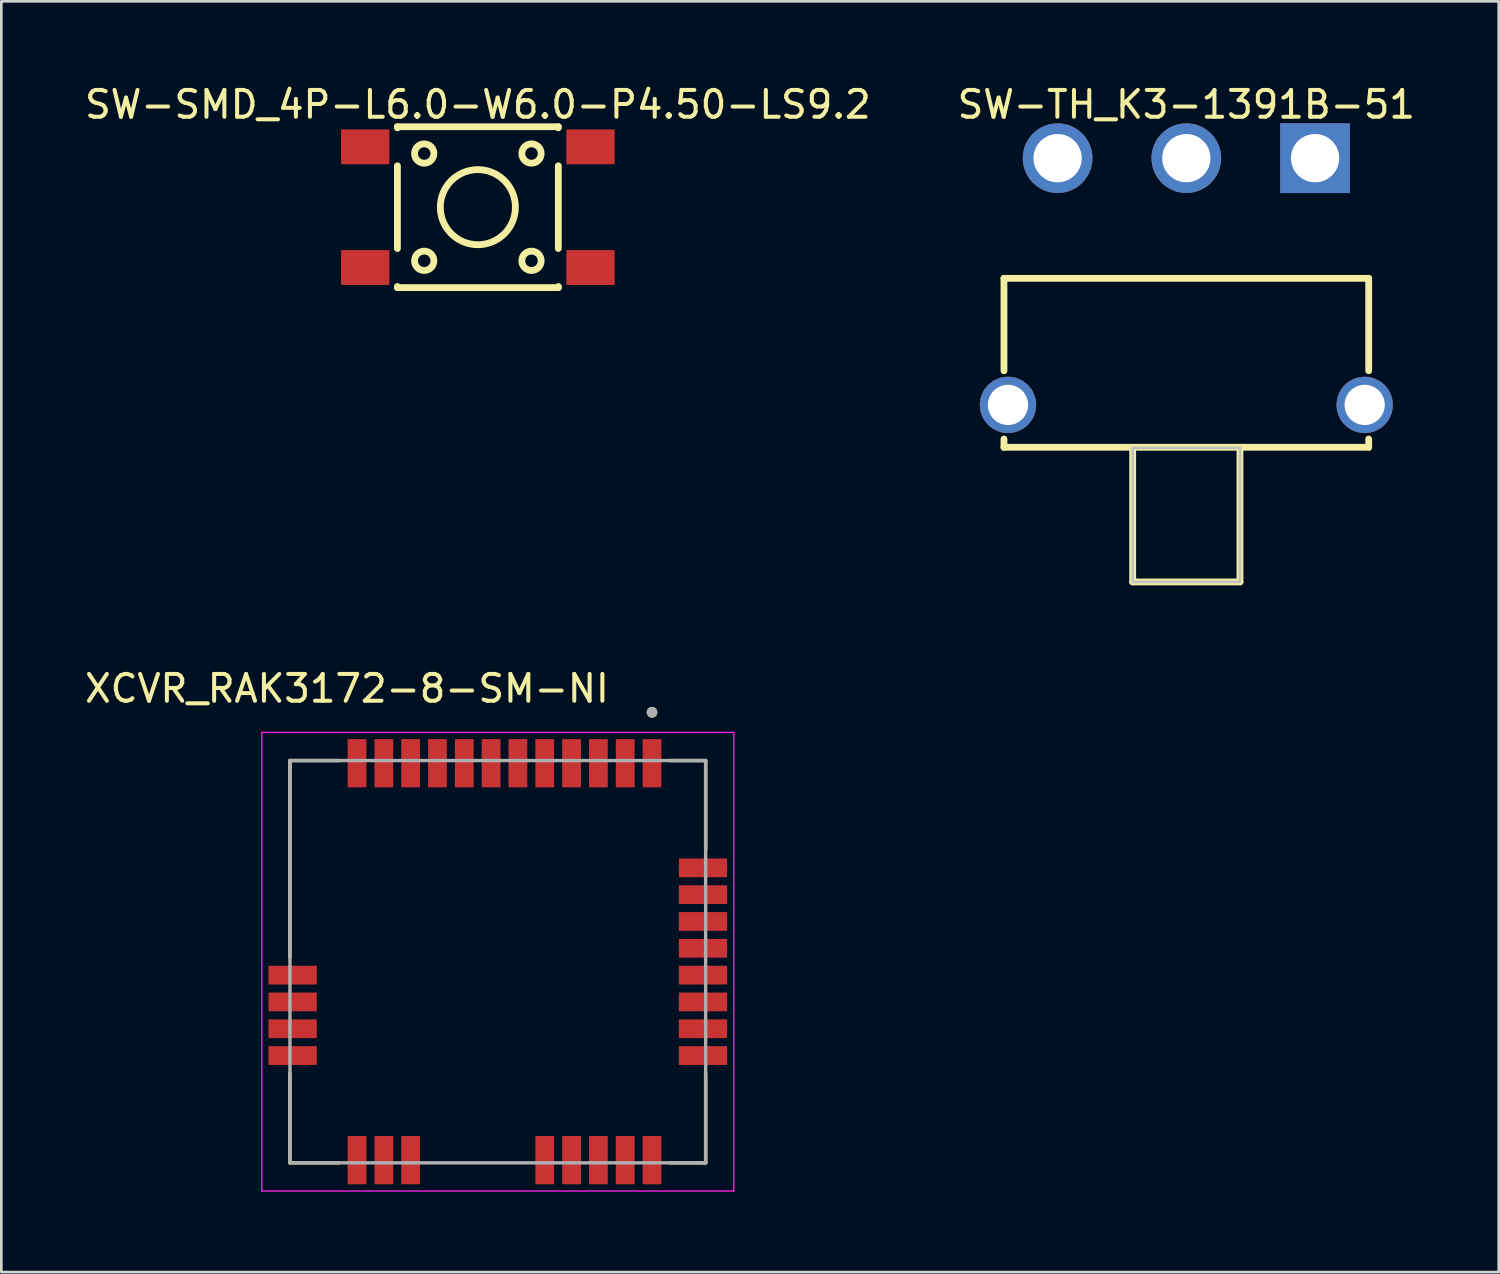
<source format=kicad_pcb>
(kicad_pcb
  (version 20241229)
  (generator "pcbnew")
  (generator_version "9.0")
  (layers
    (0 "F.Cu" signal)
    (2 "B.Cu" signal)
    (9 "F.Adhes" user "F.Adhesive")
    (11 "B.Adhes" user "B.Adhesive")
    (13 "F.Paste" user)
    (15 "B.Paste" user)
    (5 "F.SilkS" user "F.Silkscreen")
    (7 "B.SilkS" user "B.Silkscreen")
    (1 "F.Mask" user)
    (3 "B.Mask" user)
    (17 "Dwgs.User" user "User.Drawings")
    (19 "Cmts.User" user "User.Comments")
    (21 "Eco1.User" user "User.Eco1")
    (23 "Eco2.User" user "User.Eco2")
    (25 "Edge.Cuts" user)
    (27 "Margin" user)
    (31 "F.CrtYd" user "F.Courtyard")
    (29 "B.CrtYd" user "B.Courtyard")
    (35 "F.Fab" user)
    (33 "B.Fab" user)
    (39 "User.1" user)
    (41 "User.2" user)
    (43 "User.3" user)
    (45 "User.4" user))
  (footprint "XCVR_RAK3172-8-SM-NI"
    (layer "F.Cu")
    (at 15.512 32.809)
    (property "Reference" "XCVR_RAK3172-8-SM-NI" (at -5.625 -10.185 0) (layer "F.SilkS") (effects (font (size 1 1) (thickness 0.15))))
    (attr smd)
    (fp_line (start -7.75 -7.5) (end -5.92 -7.5) (stroke (width 0.127) (type solid)) (layer "F.SilkS"))
    (fp_line (start -7.75 -0.17) (end -7.75 -7.5) (stroke (width 0.127) (type solid)) (layer "F.SilkS"))
    (fp_line (start -7.75 7.5) (end -7.75 4.17) (stroke (width 0.127) (type solid)) (layer "F.SilkS"))
    (fp_line (start -5.92 7.5) (end -7.75 7.5) (stroke (width 0.127) (type solid)) (layer "F.SilkS"))
    (fp_line (start 6.42 -7.5) (end 7.75 -7.5) (stroke (width 0.127) (type solid)) (layer "F.SilkS"))
    (fp_line (start 7.75 -7.5) (end 7.75 -4.17) (stroke (width 0.127) (type solid)) (layer "F.SilkS"))
    (fp_line (start 7.75 7.5) (end 6.42 7.5) (stroke (width 0.127) (type solid)) (layer "F.SilkS"))
    (fp_line (start 7.75 7.5) (end 7.75 4.17) (stroke (width 0.127) (type solid)) (layer "F.SilkS"))
    (fp_circle (center 5.75 -9.3) (end 5.85 -9.3) (stroke (width 0.2) (type solid)) (fill no) (layer "F.SilkS"))
    (fp_line (start -8.8 -8.55) (end -8.8 8.55) (stroke (width 0.05) (type solid)) (layer "F.CrtYd"))
    (fp_line (start -8.8 8.55) (end 8.8 8.55) (stroke (width 0.05) (type solid)) (layer "F.CrtYd"))
    (fp_line (start 8.8 -8.55) (end -8.8 -8.55) (stroke (width 0.05) (type solid)) (layer "F.CrtYd"))
    (fp_line (start 8.8 8.55) (end 8.8 -8.55) (stroke (width 0.05) (type solid)) (layer "F.CrtYd"))
    (fp_line (start -7.75 -7.5) (end 7.75 -7.5) (stroke (width 0.127) (type solid)) (layer "F.Fab"))
    (fp_line (start -7.75 7.5) (end -7.75 -7.5) (stroke (width 0.127) (type solid)) (layer "F.Fab"))
    (fp_line (start 7.75 -7.5) (end 7.75 7.5) (stroke (width 0.127) (type solid)) (layer "F.Fab"))
    (fp_line (start 7.75 7.5) (end -7.75 7.5) (stroke (width 0.127) (type solid)) (layer "F.Fab"))
    (fp_circle (center 5.75 -9.3) (end 5.85 -9.3) (stroke (width 0.2) (type solid)) (fill no) (layer "F.Fab"))
    (pad "1" smd rect (at 5.75 -7.4) (size 0.7 1.8) (layers "F.Cu" "F.Mask" "F.Paste"))
    (pad "2" smd rect (at 4.75 -7.4) (size 0.7 1.8) (layers "F.Cu" "F.Mask" "F.Paste"))
    (pad "3" smd rect (at 3.75 -7.4) (size 0.7 1.8) (layers "F.Cu" "F.Mask" "F.Paste"))
    (pad "4" smd rect (at 2.75 -7.4) (size 0.7 1.8) (layers "F.Cu" "F.Mask" "F.Paste"))
    (pad "5" smd rect (at 1.75 -7.4) (size 0.7 1.8) (layers "F.Cu" "F.Mask" "F.Paste"))
    (pad "6" smd rect (at 0.75 -7.4) (size 0.7 1.8) (layers "F.Cu" "F.Mask" "F.Paste"))
    (pad "7" smd rect (at -0.25 -7.4) (size 0.7 1.8) (layers "F.Cu" "F.Mask" "F.Paste"))
    (pad "8" smd rect (at -1.25 -7.4) (size 0.7 1.8) (layers "F.Cu" "F.Mask" "F.Paste"))
    (pad "9" smd rect (at -2.25 -7.4) (size 0.7 1.8) (layers "F.Cu" "F.Mask" "F.Paste"))
    (pad "10" smd rect (at -3.25 -7.4) (size 0.7 1.8) (layers "F.Cu" "F.Mask" "F.Paste"))
    (pad "11" smd rect (at -4.25 -7.4) (size 0.7 1.8) (layers "F.Cu" "F.Mask" "F.Paste"))
    (pad "12" smd rect (at -5.25 -7.4) (size 0.7 1.8) (layers "F.Cu" "F.Mask" "F.Paste"))
    (pad "13" smd rect (at -7.65 0.5) (size 1.8 0.7) (layers "F.Cu" "F.Mask" "F.Paste"))
    (pad "14" smd rect (at -7.65 1.5) (size 1.8 0.7) (layers "F.Cu" "F.Mask" "F.Paste"))
    (pad "15" smd rect (at -7.65 2.5) (size 1.8 0.7) (layers "F.Cu" "F.Mask" "F.Paste"))
    (pad "16" smd rect (at -7.65 3.5) (size 1.8 0.7) (layers "F.Cu" "F.Mask" "F.Paste"))
    (pad "17" smd rect (at -5.25 7.4) (size 0.7 1.8) (layers "F.Cu" "F.Mask" "F.Paste"))
    (pad "18" smd rect (at -4.25 7.4) (size 0.7 1.8) (layers "F.Cu" "F.Mask" "F.Paste"))
    (pad "19" smd rect (at -3.25 7.4) (size 0.7 1.8) (layers "F.Cu" "F.Mask" "F.Paste"))
    (pad "20" smd rect (at 1.75 7.4) (size 0.7 1.8) (layers "F.Cu" "F.Mask" "F.Paste"))
    (pad "21" smd rect (at 2.75 7.4) (size 0.7 1.8) (layers "F.Cu" "F.Mask" "F.Paste"))
    (pad "22" smd rect (at 3.75 7.4) (size 0.7 1.8) (layers "F.Cu" "F.Mask" "F.Paste"))
    (pad "23" smd rect (at 4.75 7.4) (size 0.7 1.8) (layers "F.Cu" "F.Mask" "F.Paste"))
    (pad "24" smd rect (at 5.75 7.4) (size 0.7 1.8) (layers "F.Cu" "F.Mask" "F.Paste"))
    (pad "25" smd rect (at 7.65 3.5) (size 1.8 0.7) (layers "F.Cu" "F.Mask" "F.Paste"))
    (pad "26" smd rect (at 7.65 2.5) (size 1.8 0.7) (layers "F.Cu" "F.Mask" "F.Paste"))
    (pad "27" smd rect (at 7.65 1.5) (size 1.8 0.7) (layers "F.Cu" "F.Mask" "F.Paste"))
    (pad "28" smd rect (at 7.65 0.5) (size 1.8 0.7) (layers "F.Cu" "F.Mask" "F.Paste"))
    (pad "29" smd rect (at 7.65 -0.5) (size 1.8 0.7) (layers "F.Cu" "F.Mask" "F.Paste"))
    (pad "30" smd rect (at 7.65 -1.5) (size 1.8 0.7) (layers "F.Cu" "F.Mask" "F.Paste"))
    (pad "31" smd rect (at 7.65 -2.5) (size 1.8 0.7) (layers "F.Cu" "F.Mask" "F.Paste"))
    (pad "32" smd rect (at 7.65 -3.5) (size 1.8 0.7) (layers "F.Cu" "F.Mask" "F.Paste")))
  (footprint "SW-SMD_4P-L6.0-W6.0-P4.50-LS9.2"
    (layer "F.Cu")
    (at 14.768 4.675)
    (property "Reference" "SW-SMD_4P-L6.0-W6.0-P4.50-LS9.2" (at 0 -3.827 0) (layer "F.SilkS") (effects (font (size 1 1) (thickness 0.15))))
    (fp_line (start -3 -3) (end -3 -2.958) (stroke (width 0.254) (type default)) (layer "F.SilkS"))
    (fp_line (start -3 -3) (end 3 -3) (stroke (width 0.254) (type default)) (layer "F.SilkS"))
    (fp_line (start -3 -1.542) (end -3 1.542) (stroke (width 0.254) (type default)) (layer "F.SilkS"))
    (fp_line (start -3 2.958) (end -3 2.999) (stroke (width 0.254) (type default)) (layer "F.SilkS"))
    (fp_line (start 2.999 2.999) (end -2.999 2.999) (stroke (width 0.254) (type default)) (layer "F.SilkS"))
    (fp_line (start 3 -3) (end 3 -2.958) (stroke (width 0.254) (type default)) (layer "F.SilkS"))
    (fp_line (start 3 -1.542) (end 3 1.542) (stroke (width 0.254) (type default)) (layer "F.SilkS"))
    (fp_line (start 3 2.958) (end 3 2.999) (stroke (width 0.254) (type default)) (layer "F.SilkS"))
    (fp_circle (center -2 -2) (end -1.639 -2) (stroke (width 0.254) (type default)) (fill no) (layer "F.SilkS"))
    (fp_circle (center -2 2) (end -1.639 2) (stroke (width 0.254) (type default)) (fill no) (layer "F.SilkS"))
    (fp_circle (center 0 0) (end 1.4 0) (stroke (width 0.254) (type default)) (fill no) (layer "F.SilkS"))
    (fp_circle (center 2 -2) (end 2.361 -2) (stroke (width 0.254) (type default)) (fill no) (layer "F.SilkS"))
    (fp_circle (center 2 2) (end 2.361 2) (stroke (width 0.254) (type default)) (fill no) (layer "F.SilkS"))
    (fp_poly (pts (xy -4.6 -1.9) (xy -4.6 -2.6) (xy -4.1 -2.6) (xy -4.1 -1.9)) (stroke (width 0.1) (type default)) (fill no) (layer "User.1"))
    (fp_poly (pts (xy -4.6 2.6) (xy -4.6 1.9) (xy -4.1 1.9) (xy -4.1 2.6)) (stroke (width 0.1) (type default)) (fill no) (layer "User.1"))
    (fp_poly (pts (xy -4.11 -1.9) (xy -4.11 -2.6) (xy -2.99 -2.6) (xy -2.99 -1.9)) (stroke (width 0.1) (type default)) (fill no) (layer "User.1"))
    (fp_poly (pts (xy -4.11 2.6) (xy -4.11 1.9) (xy -2.99 1.9) (xy -2.99 2.6)) (stroke (width 0.1) (type default)) (fill no) (layer "User.1"))
    (fp_poly (pts (xy 2.99 -1.9) (xy 2.99 -2.6) (xy 4.11 -2.6) (xy 4.11 -1.9)) (stroke (width 0.1) (type default)) (fill no) (layer "User.1"))
    (fp_poly (pts (xy 2.99 2.6) (xy 2.99 1.9) (xy 4.11 1.9) (xy 4.11 2.6)) (stroke (width 0.1) (type default)) (fill no) (layer "User.1"))
    (fp_poly (pts (xy 4.1 -1.9) (xy 4.1 -2.6) (xy 4.6 -2.6) (xy 4.6 -1.9)) (stroke (width 0.1) (type default)) (fill no) (layer "User.1"))
    (fp_poly (pts (xy 4.1 2.6) (xy 4.1 1.9) (xy 4.6 1.9) (xy 4.6 2.6)) (stroke (width 0.1) (type default)) (fill no) (layer "User.1"))
    (fp_line (start -3 -3) (end 3 -3) (stroke (width 0.051) (type default)) (layer "User.2"))
    (fp_line (start -3 3) (end -3 -3) (stroke (width 0.051) (type default)) (layer "User.2"))
    (fp_line (start 3 -3) (end 3 3) (stroke (width 0.051) (type default)) (layer "User.2"))
    (fp_line (start 3 3) (end -3 3) (stroke (width 0.051) (type default)) (layer "User.2"))
    (fp_poly (pts (xy -4.54 -3) (xy -4.558 -3.042) (xy -4.6 -3.06) (xy -4.642 -3.042) (xy -4.66 -3) (xy -4.642 -2.958) (xy -4.6 -2.94) (xy -4.558 -2.958)) (stroke (width 0.1) (type default)) (fill no) (layer "User.3"))
    (pad "1" smd rect (at -4.2 -2.25) (size 1.8 1.3) (layers "F.Cu" "F.Mask" "F.Paste"))
    (pad "1" smd rect (at 4.2 -2.25) (size 1.8 1.3) (layers "F.Cu" "F.Mask" "F.Paste"))
    (pad "2" smd rect (at -4.2 2.25) (size 1.8 1.3) (layers "F.Cu" "F.Mask" "F.Paste"))
    (pad "2" smd rect (at 4.2 2.25) (size 1.8 1.3) (layers "F.Cu" "F.Mask" "F.Paste")))
  (footprint "SW-TH_K3-1391B-51"
    (layer "F.Cu")
    (at 41.185 7.448)
    (property "Reference" "SW-TH_K3-1391B-51" (at 0 -6.6 0) (layer "F.SilkS") (effects (font (size 1 1) (thickness 0.15))))
    (fp_line (start -6.8 3.328) (end -6.8 -0.12) (stroke (width 0.254) (type default)) (layer "F.SilkS"))
    (fp_line (start -6.8 6.18) (end -6.8 5.872) (stroke (width 0.254) (type default)) (layer "F.SilkS"))
    (fp_line (start -2 11.2) (end -2 6.18) (stroke (width 0.254) (type default)) (layer "F.SilkS"))
    (fp_line (start 2 11.2) (end -2 11.2) (stroke (width 0.254) (type default)) (layer "F.SilkS"))
    (fp_line (start 2 11.2) (end 2 6.2) (stroke (width 0.254) (type default)) (layer "F.SilkS"))
    (fp_line (start 6.8 -0.12) (end -6.8 -0.12) (stroke (width 0.254) (type default)) (layer "F.SilkS"))
    (fp_line (start 6.8 3.328) (end 6.8 -0.12) (stroke (width 0.254) (type default)) (layer "F.SilkS"))
    (fp_line (start 6.8 6.18) (end -6.8 6.18) (stroke (width 0.254) (type default)) (layer "F.SilkS"))
    (fp_line (start 6.8 6.18) (end 6.8 5.872) (stroke (width 0.254) (type default)) (layer "F.SilkS"))
    (fp_poly (pts (xy -2 11.2) (xy 2 11.2) (xy 2 6.2) (xy -2 6.2)) (stroke (width 0.1) (type default)) (fill no) (layer "Dwgs.User"))
    (fp_poly (pts (xy -6.55 5.225) (xy -6.75 5.225) (xy -6.75 3.975) (xy -6.55 3.975)) (stroke (width 0.1) (type default)) (fill no) (layer "User.1"))
    (fp_poly (pts (xy -5.2 -5.25) (xy -4.4 -5.25) (xy -4.4 -0.05) (xy -5.2 -0.05)) (stroke (width 0.1) (type default)) (fill no) (layer "User.1"))
    (fp_poly (pts (xy -4.4 -3.95) (xy -5.2 -3.95) (xy -5.2 -5.25) (xy -4.4 -5.25)) (stroke (width 0.1) (type default)) (fill no) (layer "User.1"))
    (fp_poly (pts (xy -0.4 -5.25) (xy 0.4 -5.25) (xy 0.4 -0.05) (xy -0.4 -0.05)) (stroke (width 0.1) (type default)) (fill no) (layer "User.1"))
    (fp_poly (pts (xy 0.4 -3.95) (xy -0.4 -3.95) (xy -0.4 -5.25) (xy 0.4 -5.25)) (stroke (width 0.1) (type default)) (fill no) (layer "User.1"))
    (fp_poly (pts (xy 4.4 -5.25) (xy 5.2 -5.25) (xy 5.2 -0.05) (xy 4.4 -0.05)) (stroke (width 0.1) (type default)) (fill no) (layer "User.1"))
    (fp_poly (pts (xy 5.2 -5.25) (xy 5.2 -3.95) (xy 4.4 -3.95) (xy 4.4 -5.25)) (stroke (width 0.1) (type default)) (fill no) (layer "User.1"))
    (fp_poly (pts (xy 6.75 5.225) (xy 6.55 5.225) (xy 6.55 3.975) (xy 6.75 3.975)) (stroke (width 0.1) (type default)) (fill no) (layer "User.1"))
    (fp_line (start -6.75 -0.1) (end -6.75 6.2) (stroke (width 0.051) (type default)) (layer "User.2"))
    (fp_line (start -6.75 6.2) (end -2 6.2) (stroke (width 0.051) (type default)) (layer "User.2"))
    (fp_line (start -2 6.2) (end -2 11.2) (stroke (width 0.051) (type default)) (layer "User.2"))
    (fp_line (start -2 11.2) (end 2 11.2) (stroke (width 0.051) (type default)) (layer "User.2"))
    (fp_line (start 2 6.2) (end 6.75 6.2) (stroke (width 0.051) (type default)) (layer "User.2"))
    (fp_line (start 2 11.2) (end 2 6.2) (stroke (width 0.051) (type default)) (layer "User.2"))
    (fp_line (start 6.75 -0.1) (end -6.75 -0.1) (stroke (width 0.051) (type default)) (layer "User.2"))
    (fp_line (start 6.75 6.2) (end 6.75 -0.1) (stroke (width 0.051) (type default)) (layer "User.2"))
    (fp_poly (pts (xy 6.81 -5.25) (xy 6.792 -5.292) (xy 6.75 -5.31) (xy 6.708 -5.292) (xy 6.69 -5.25) (xy 6.708 -5.208) (xy 6.75 -5.19) (xy 6.792 -5.208)) (stroke (width 0.1) (type default)) (fill no) (layer "User.3"))
    (pad "1" thru_hole rect (at 4.8 -4.6 180) (size 2.6 2.6) (drill 1.8) (layers "*.Cu" "*.Mask"))
    (pad "2" thru_hole circle (at 0 -4.6 180) (size 2.6 2.6) (drill 1.8) (layers "*.Cu" "*.Mask"))
    (pad "3" thru_hole circle (at -4.8 -4.6 180) (size 2.6 2.6) (drill 1.8) (layers "*.Cu" "*.Mask"))
    (pad "4" thru_hole circle (at -6.65 4.6 180) (size 2.1 2.1) (drill 1.5) (layers "*.Cu" "*.Mask"))
    (pad "4" thru_hole circle (at 6.65 4.6 180) (size 2.1 2.1) (drill 1.5) (layers "*.Cu" "*.Mask")))
  (gr_rect
    (start -3 -3)
    (end 52.833 44.383)
    (stroke (width 0.1) (type default))
    (fill no)
    (layer "Edge.Cuts")))
</source>
